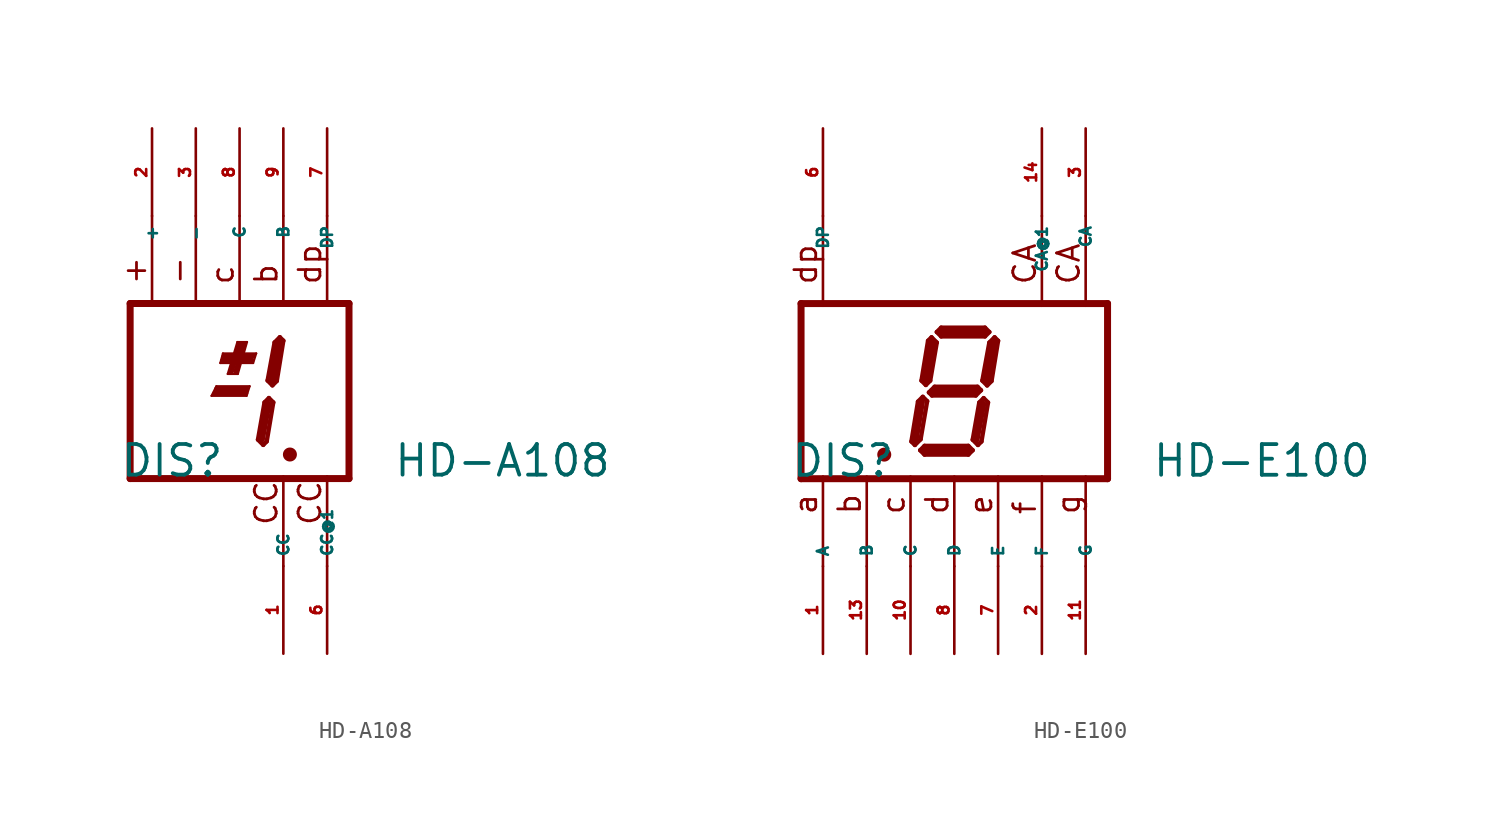
<source format=kicad_sym>
(kicad_symbol_lib
  (version 20220914)
  (generator Eagle2Kicad)
  (symbol "HD-A108"
    (property "Reference" "DIS"
      (at -6.985 -5.08 0)
      (effects (font (size 1.778 1.778) (thickness 0.22)) (justify left bottom)))
    (property "Value" "HD-A108"
      (at 8.89 -5.08 0)
      (effects (font (size 1.778 1.778) (thickness 0.22)) (justify left bottom)))
    (polyline
      (pts (xy 0.584 0.279) (xy 0.406 -0.279))
      (stroke (width 0.127) (type default))
      (fill (type none)))
    (polyline
      (pts (xy 0.584 0.279) (xy -1.346 0.279))
      (stroke (width 0.127) (type default))
      (fill (type none)))
    (polyline
      (pts (xy -1.346 0.279) (xy -1.626 -0.279))
      (stroke (width 0.127) (type default))
      (fill (type none)))
    (polyline
      (pts (xy -1.626 -0.279) (xy 0.406 -0.279))
      (stroke (width 0.127) (type default))
      (fill (type none)))
    (polyline
      (pts (xy 0.965 2.184) (xy 0.787 1.626))
      (stroke (width 0.127) (type default))
      (fill (type none)))
    (polyline
      (pts (xy 0.965 2.184) (xy -0.965 2.184))
      (stroke (width 0.127) (type default))
      (fill (type none)))
    (polyline
      (pts (xy -0.965 2.184) (xy -1.118 1.626))
      (stroke (width 0.127) (type default))
      (fill (type none)))
    (polyline
      (pts (xy -1.118 1.626) (xy 0.787 1.626))
      (stroke (width 0.127) (type default))
      (fill (type none)))
    (polyline
      (pts (xy -0.102 0.991) (xy -0.686 0.991))
      (stroke (width 0.127) (type default))
      (fill (type none)))
    (polyline
      (pts (xy -0.102 0.991) (xy 0.432 2.845))
      (stroke (width 0.127) (type default))
      (fill (type none)))
    (polyline
      (pts (xy 0.432 2.845) (xy -0.127 2.845))
      (stroke (width 0.127) (type default))
      (fill (type none)))
    (polyline
      (pts (xy -0.127 2.845) (xy -0.686 0.991))
      (stroke (width 0.127) (type default))
      (fill (type none)))
    (polyline
      (pts (xy -1.321 0.127) (xy 0.406 0.127))
      (stroke (width 0.305) (type default))
      (fill (type none)))
    (polyline
      (pts (xy -0.889 2.032) (xy 0.787 2.032))
      (stroke (width 0.305) (type default))
      (fill (type none)))
    (polyline
      (pts (xy -0.203 1.143) (xy 0.254 2.718))
      (stroke (width 0.305) (type default))
      (fill (type none)))
    (polyline
      (pts (xy 2.794 -3.683) (xy 3.048 -3.683))
      (stroke (width 0.305) (type default))
      (fill (type none)))
    (polyline
      (pts (xy 2.337 3.124) (xy 2.032 2.819))
      (stroke (width 0.254) (type default))
      (fill (type none)))
    (polyline
      (pts (xy 2.032 2.819) (xy 1.626 0.61))
      (stroke (width 0.254) (type default))
      (fill (type none)))
    (polyline
      (pts (xy 1.626 0.61) (xy 1.905 0.33))
      (stroke (width 0.254) (type default))
      (fill (type none)))
    (polyline
      (pts (xy 1.905 0.33) (xy 2.159 0.584))
      (stroke (width 0.254) (type default))
      (fill (type none)))
    (polyline
      (pts (xy 2.159 0.584) (xy 2.54 2.921))
      (stroke (width 0.254) (type default))
      (fill (type none)))
    (polyline
      (pts (xy 2.54 2.921) (xy 2.337 3.124))
      (stroke (width 0.254) (type default))
      (fill (type none)))
    (polyline
      (pts (xy 1.702 -0.406) (xy 1.448 -0.66))
      (stroke (width 0.254) (type default))
      (fill (type none)))
    (polyline
      (pts (xy 1.448 -0.66) (xy 1.067 -2.819))
      (stroke (width 0.254) (type default))
      (fill (type none)))
    (polyline
      (pts (xy 1.067 -2.819) (xy 1.372 -3.124))
      (stroke (width 0.254) (type default))
      (fill (type none)))
    (polyline
      (pts (xy 1.372 -3.124) (xy 1.575 -2.921))
      (stroke (width 0.254) (type default))
      (fill (type none)))
    (polyline
      (pts (xy 1.575 -2.921) (xy 1.956 -0.66))
      (stroke (width 0.254) (type default))
      (fill (type none)))
    (polyline
      (pts (xy 1.956 -0.66) (xy 1.702 -0.406))
      (stroke (width 0.254) (type default))
      (fill (type none)))
    (polyline
      (pts (xy 2.286 2.794) (xy 1.905 0.635))
      (stroke (width 0.406) (type default))
      (fill (type none)))
    (polyline
      (pts (xy 1.651 -0.762) (xy 1.27 -2.794))
      (stroke (width 0.406) (type default))
      (fill (type none)))
    (polyline
      (pts (xy -6.35 5.08) (xy 6.35 5.08))
      (stroke (width 0.406) (type default))
      (fill (type none)))
    (polyline
      (pts (xy 6.35 -5.08) (xy 6.35 5.08))
      (stroke (width 0.406) (type default))
      (fill (type none)))
    (polyline
      (pts (xy 6.35 -5.08) (xy -6.35 -5.08))
      (stroke (width 0.406) (type default))
      (fill (type none)))
    (polyline
      (pts (xy -6.35 5.08) (xy -6.35 -5.08))
      (stroke (width 0.406) (type default))
      (fill (type none)))
    (polyline
      (pts (xy 5.08 -4.953) (xy 5.08 -10.16))
      (stroke (width 0.152) (type default))
      (fill (type none)))
    (polyline
      (pts (xy 2.54 -4.953) (xy 2.54 -10.16))
      (stroke (width 0.152) (type default))
      (fill (type none)))
    (polyline
      (pts (xy -2.54 10.16) (xy -2.54 4.953))
      (stroke (width 0.152) (type default))
      (fill (type none)))
    (polyline
      (pts (xy -5.08 10.16) (xy -5.08 4.953))
      (stroke (width 0.152) (type default))
      (fill (type none)))
    (polyline
      (pts (xy -0.965 1.778) (xy 0.711 1.778))
      (stroke (width 0.305) (type default))
      (fill (type none)))
    (polyline
      (pts (xy -0.483 1.118) (xy 0 2.718))
      (stroke (width 0.305) (type default))
      (fill (type none)))
    (polyline
      (pts (xy -1.422 -0.127) (xy 0.356 -0.127))
      (stroke (width 0.305) (type default))
      (fill (type none)))
    (polyline
      (pts (xy 0 10.16) (xy 0 4.953))
      (stroke (width 0.152) (type default))
      (fill (type none)))
    (polyline
      (pts (xy 2.54 10.16) (xy 2.54 4.953))
      (stroke (width 0.152) (type default))
      (fill (type none)))
    (polyline
      (pts (xy 5.08 10.16) (xy 5.08 4.953))
      (stroke (width 0.152) (type default))
      (fill (type none)))
    (text "+"
      (at -5.334 6.096 900)
      (effects (font (size 1.27 1.27) (thickness 0.16)) (justify left bottom)))
    (text "-"
      (at -2.794 6.096 900)
      (effects (font (size 1.27 1.27) (thickness 0.16)) (justify left bottom)))
    (text "CC"
      (at 2.286 -7.874 900)
      (effects (font (size 1.27 1.27) (thickness 0.16)) (justify left bottom)))
    (text "CC"
      (at 4.826 -7.874 900)
      (effects (font (size 1.27 1.27) (thickness 0.16)) (justify left bottom)))
    (text "c"
      (at -0.254 6.096 900)
      (effects (font (size 1.27 1.27) (thickness 0.16)) (justify left bottom)))
    (text "b"
      (at 2.286 6.096 900)
      (effects (font (size 1.27 1.27) (thickness 0.16)) (justify left bottom)))
    (text "dp"
      (at 4.826 6.096 900)
      (effects (font (size 1.27 1.27) (thickness 0.16)) (justify left bottom)))
    (circle
      (center 2.921 -3.683)
      (radius 0.254)
      (stroke (width 0.305) (type default))
      (fill (type none)))
    (pin passive line
      (at 2.54 -15.24 90)
      (length 5.08)
      (name "CC" (effects (font (size 0.635 0.635) (thickness 0.08)) (justify left bottom)))
      (number "1" (effects (font (size 0.635 0.635) (thickness 0.08)) (justify left bottom))))
    (pin passive line
      (at -2.54 15.24 270)
      (length 5.08)
      (name "-" (effects (font (size 0.635 0.635) (thickness 0.08)) (justify left bottom)))
      (number "3" (effects (font (size 0.635 0.635) (thickness 0.08)) (justify left bottom))))
    (pin passive line
      (at 5.08 -15.24 90)
      (length 5.08)
      (name "CC@1" (effects (font (size 0.635 0.635) (thickness 0.08)) (justify left bottom)))
      (number "6" (effects (font (size 0.635 0.635) (thickness 0.08)) (justify left bottom))))
    (pin passive line
      (at -5.08 15.24 270)
      (length 5.08)
      (name "+" (effects (font (size 0.635 0.635) (thickness 0.08)) (justify left bottom)))
      (number "2" (effects (font (size 0.635 0.635) (thickness 0.08)) (justify left bottom))))
    (pin passive line
      (at 0 15.24 270)
      (length 5.08)
      (name "C" (effects (font (size 0.635 0.635) (thickness 0.08)) (justify left bottom)))
      (number "8" (effects (font (size 0.635 0.635) (thickness 0.08)) (justify left bottom))))
    (pin passive line
      (at 2.54 15.24 270)
      (length 5.08)
      (name "B" (effects (font (size 0.635 0.635) (thickness 0.08)) (justify left bottom)))
      (number "9" (effects (font (size 0.635 0.635) (thickness 0.08)) (justify left bottom))))
    (pin passive line
      (at 5.08 15.24 270)
      (length 5.08)
      (name "DP" (effects (font (size 0.635 0.635) (thickness 0.08)) (justify left bottom)))
      (number "7" (effects (font (size 0.635 0.635) (thickness 0.08)) (justify left bottom)))))
  (symbol "HD-E100"
    (property "Reference" "DIS"
      (at -9.525 -5.08 0)
      (effects (font (size 1.778 1.778) (thickness 0.22)) (justify left bottom)))
    (property "Value" "HD-E100"
      (at 11.43 -5.08 0)
      (effects (font (size 1.778 1.778) (thickness 0.22)) (justify left bottom)))
    (polyline
      (pts (xy 2.337 3.124) (xy 2.032 2.819))
      (stroke (width 0.254) (type default))
      (fill (type none)))
    (polyline
      (pts (xy 2.032 2.819) (xy 1.626 0.61))
      (stroke (width 0.254) (type default))
      (fill (type none)))
    (polyline
      (pts (xy 1.626 0.61) (xy 1.905 0.33))
      (stroke (width 0.254) (type default))
      (fill (type none)))
    (polyline
      (pts (xy 1.905 0.33) (xy 2.159 0.584))
      (stroke (width 0.254) (type default))
      (fill (type none)))
    (polyline
      (pts (xy 2.159 0.584) (xy 2.54 2.921))
      (stroke (width 0.254) (type default))
      (fill (type none)))
    (polyline
      (pts (xy 2.54 2.921) (xy 2.337 3.124))
      (stroke (width 0.254) (type default))
      (fill (type none)))
    (polyline
      (pts (xy 2.032 3.429) (xy 1.778 3.175))
      (stroke (width 0.254) (type default))
      (fill (type none)))
    (polyline
      (pts (xy 1.778 3.175) (xy -0.762 3.175))
      (stroke (width 0.254) (type default))
      (fill (type none)))
    (polyline
      (pts (xy -0.762 3.175) (xy -1.016 3.429))
      (stroke (width 0.254) (type default))
      (fill (type none)))
    (polyline
      (pts (xy -1.016 3.429) (xy -0.762 3.683))
      (stroke (width 0.254) (type default))
      (fill (type none)))
    (polyline
      (pts (xy -0.762 3.683) (xy 1.778 3.683))
      (stroke (width 0.254) (type default))
      (fill (type none)))
    (polyline
      (pts (xy 1.778 3.683) (xy 2.032 3.429))
      (stroke (width 0.254) (type default))
      (fill (type none)))
    (polyline
      (pts (xy -1.321 3.124) (xy -1.016 2.819))
      (stroke (width 0.254) (type default))
      (fill (type none)))
    (polyline
      (pts (xy -1.016 2.819) (xy -1.397 0.61))
      (stroke (width 0.254) (type default))
      (fill (type none)))
    (polyline
      (pts (xy -1.397 0.61) (xy -1.651 0.356))
      (stroke (width 0.254) (type default))
      (fill (type none)))
    (polyline
      (pts (xy -1.651 0.356) (xy -1.905 0.61))
      (stroke (width 0.254) (type default))
      (fill (type none)))
    (polyline
      (pts (xy -1.905 0.61) (xy -1.524 2.921))
      (stroke (width 0.254) (type default))
      (fill (type none)))
    (polyline
      (pts (xy -1.524 2.921) (xy -1.321 3.124))
      (stroke (width 0.254) (type default))
      (fill (type none)))
    (polyline
      (pts (xy -1.473 -0.076) (xy -1.143 0.254))
      (stroke (width 0.254) (type default))
      (fill (type none)))
    (polyline
      (pts (xy -1.143 0.254) (xy 1.346 0.254))
      (stroke (width 0.254) (type default))
      (fill (type none)))
    (polyline
      (pts (xy 1.346 0.254) (xy 1.549 0.051))
      (stroke (width 0.254) (type default))
      (fill (type none)))
    (polyline
      (pts (xy 1.549 0.051) (xy 1.245 -0.254))
      (stroke (width 0.254) (type default))
      (fill (type none)))
    (polyline
      (pts (xy 1.245 -0.254) (xy -1.295 -0.254))
      (stroke (width 0.254) (type default))
      (fill (type none)))
    (polyline
      (pts (xy -1.295 -0.254) (xy -1.473 -0.076))
      (stroke (width 0.254) (type default))
      (fill (type none)))
    (polyline
      (pts (xy -1.829 -0.33) (xy -1.575 -0.584))
      (stroke (width 0.254) (type default))
      (fill (type none)))
    (polyline
      (pts (xy -2.286 -3.124) (xy -1.956 -2.794))
      (stroke (width 0.254) (type default))
      (fill (type none)))
    (polyline
      (pts (xy -1.956 -2.794) (xy -1.575 -0.584))
      (stroke (width 0.254) (type default))
      (fill (type none)))
    (polyline
      (pts (xy -1.829 -0.33) (xy -2.108 -0.61))
      (stroke (width 0.254) (type default))
      (fill (type none)))
    (polyline
      (pts (xy -2.108 -0.61) (xy -2.489 -2.921))
      (stroke (width 0.254) (type default))
      (fill (type none)))
    (polyline
      (pts (xy -2.489 -2.921) (xy -2.286 -3.124))
      (stroke (width 0.254) (type default))
      (fill (type none)))
    (polyline
      (pts (xy -1.981 -3.429) (xy -1.727 -3.175))
      (stroke (width 0.254) (type default))
      (fill (type none)))
    (polyline
      (pts (xy -1.727 -3.175) (xy 0.813 -3.175))
      (stroke (width 0.254) (type default))
      (fill (type none)))
    (polyline
      (pts (xy 0.813 -3.175) (xy 1.067 -3.429))
      (stroke (width 0.254) (type default))
      (fill (type none)))
    (polyline
      (pts (xy 1.067 -3.429) (xy 0.813 -3.683))
      (stroke (width 0.254) (type default))
      (fill (type none)))
    (polyline
      (pts (xy 0.813 -3.683) (xy -1.727 -3.683))
      (stroke (width 0.254) (type default))
      (fill (type none)))
    (polyline
      (pts (xy -1.727 -3.683) (xy -1.981 -3.429))
      (stroke (width 0.254) (type default))
      (fill (type none)))
    (polyline
      (pts (xy 1.702 -0.406) (xy 1.448 -0.66))
      (stroke (width 0.254) (type default))
      (fill (type none)))
    (polyline
      (pts (xy 1.448 -0.66) (xy 1.067 -2.819))
      (stroke (width 0.254) (type default))
      (fill (type none)))
    (polyline
      (pts (xy 1.067 -2.819) (xy 1.372 -3.124))
      (stroke (width 0.254) (type default))
      (fill (type none)))
    (polyline
      (pts (xy 1.372 -3.124) (xy 1.575 -2.921))
      (stroke (width 0.254) (type default))
      (fill (type none)))
    (polyline
      (pts (xy 1.575 -2.921) (xy 1.956 -0.66))
      (stroke (width 0.254) (type default))
      (fill (type none)))
    (polyline
      (pts (xy 1.956 -0.66) (xy 1.702 -0.406))
      (stroke (width 0.254) (type default))
      (fill (type none)))
    (polyline
      (pts (xy 2.286 2.794) (xy 1.905 0.635))
      (stroke (width 0.406) (type default))
      (fill (type none)))
    (polyline
      (pts (xy 1.778 3.429) (xy -0.762 3.429))
      (stroke (width 0.406) (type default))
      (fill (type none)))
    (polyline
      (pts (xy -1.27 2.794) (xy -1.651 0.635))
      (stroke (width 0.406) (type default))
      (fill (type none)))
    (polyline
      (pts (xy -1.27 0) (xy 1.27 0))
      (stroke (width 0.406) (type default))
      (fill (type none)))
    (polyline
      (pts (xy 1.651 -0.762) (xy 1.27 -2.794))
      (stroke (width 0.406) (type default))
      (fill (type none)))
    (polyline
      (pts (xy 0.762 -3.429) (xy -1.651 -3.429))
      (stroke (width 0.406) (type default))
      (fill (type none)))
    (polyline
      (pts (xy -2.286 -2.921) (xy -1.905 -0.635))
      (stroke (width 0.406) (type default))
      (fill (type none)))
    (polyline
      (pts (xy -8.89 5.08) (xy 8.89 5.08))
      (stroke (width 0.406) (type default))
      (fill (type none)))
    (polyline
      (pts (xy 8.89 -5.08) (xy 8.89 5.08))
      (stroke (width 0.406) (type default))
      (fill (type none)))
    (polyline
      (pts (xy 8.89 -5.08) (xy -8.89 -5.08))
      (stroke (width 0.406) (type default))
      (fill (type none)))
    (polyline
      (pts (xy -8.89 5.08) (xy -8.89 -5.08))
      (stroke (width 0.406) (type default))
      (fill (type none)))
    (polyline
      (pts (xy 7.62 -4.953) (xy 7.62 -10.16))
      (stroke (width 0.152) (type default))
      (fill (type none)))
    (polyline
      (pts (xy 5.08 -4.953) (xy 5.08 -10.16))
      (stroke (width 0.152) (type default))
      (fill (type none)))
    (polyline
      (pts (xy 0 -4.953) (xy 0 -10.16))
      (stroke (width 0.152) (type default))
      (fill (type none)))
    (polyline
      (pts (xy -5.08 -4.953) (xy -5.08 -10.16))
      (stroke (width 0.152) (type default))
      (fill (type none)))
    (polyline
      (pts (xy -7.62 -4.953) (xy -7.62 -10.16))
      (stroke (width 0.152) (type default))
      (fill (type none)))
    (polyline
      (pts (xy 7.62 10.16) (xy 7.62 4.953))
      (stroke (width 0.152) (type default))
      (fill (type none)))
    (polyline
      (pts (xy -2.54 -4.953) (xy -2.54 -10.16))
      (stroke (width 0.152) (type default))
      (fill (type none)))
    (polyline
      (pts (xy 2.54 -4.953) (xy 2.54 -10.16))
      (stroke (width 0.152) (type default))
      (fill (type none)))
    (polyline
      (pts (xy -7.62 10.16) (xy -7.62 4.953))
      (stroke (width 0.152) (type default))
      (fill (type none)))
    (polyline
      (pts (xy 5.08 10.16) (xy 5.08 4.953))
      (stroke (width 0.152) (type default))
      (fill (type none)))
    (polyline
      (pts (xy -4.191 -3.683) (xy -3.937 -3.683))
      (stroke (width 0.305) (type default))
      (fill (type none)))
    (text "CA"
      (at 7.366 6.096 900)
      (effects (font (size 1.27 1.27) (thickness 0.16)) (justify left bottom)))
    (text "CA"
      (at 4.826 6.096 900)
      (effects (font (size 1.27 1.27) (thickness 0.16)) (justify left bottom)))
    (text "a"
      (at -7.874 -7.239 900)
      (effects (font (size 1.27 1.27) (thickness 0.16)) (justify left bottom)))
    (text "b"
      (at -5.334 -7.239 900)
      (effects (font (size 1.27 1.27) (thickness 0.16)) (justify left bottom)))
    (text "c"
      (at -2.794 -7.239 900)
      (effects (font (size 1.27 1.27) (thickness 0.16)) (justify left bottom)))
    (text "d"
      (at -0.254 -7.239 900)
      (effects (font (size 1.27 1.27) (thickness 0.16)) (justify left bottom)))
    (text "e"
      (at 2.286 -7.239 900)
      (effects (font (size 1.27 1.27) (thickness 0.16)) (justify left bottom)))
    (text "f"
      (at 4.826 -7.239 900)
      (effects (font (size 1.27 1.27) (thickness 0.16)) (justify left bottom)))
    (text "g"
      (at 7.366 -7.239 900)
      (effects (font (size 1.27 1.27) (thickness 0.16)) (justify left bottom)))
    (text "dp"
      (at -7.874 6.096 900)
      (effects (font (size 1.27 1.27) (thickness 0.16)) (justify left bottom)))
    (circle
      (center -4.064 -3.683)
      (radius 0.254)
      (stroke (width 0.305) (type default))
      (fill (type none)))
    (pin passive line
      (at -7.62 15.24 270)
      (length 5.08)
      (name "DP" (effects (font (size 0.635 0.635) (thickness 0.08)) (justify left bottom)))
      (number "6" (effects (font (size 0.635 0.635) (thickness 0.08)) (justify left bottom))))
    (pin passive line
      (at 5.08 -15.24 90)
      (length 5.08)
      (name "F" (effects (font (size 0.635 0.635) (thickness 0.08)) (justify left bottom)))
      (number "2" (effects (font (size 0.635 0.635) (thickness 0.08)) (justify left bottom))))
    (pin passive line
      (at 0 -15.24 90)
      (length 5.08)
      (name "D" (effects (font (size 0.635 0.635) (thickness 0.08)) (justify left bottom)))
      (number "8" (effects (font (size 0.635 0.635) (thickness 0.08)) (justify left bottom))))
    (pin passive line
      (at -5.08 -15.24 90)
      (length 5.08)
      (name "B" (effects (font (size 0.635 0.635) (thickness 0.08)) (justify left bottom)))
      (number "13" (effects (font (size 0.635 0.635) (thickness 0.08)) (justify left bottom))))
    (pin passive line
      (at -7.62 -15.24 90)
      (length 5.08)
      (name "A" (effects (font (size 0.635 0.635) (thickness 0.08)) (justify left bottom)))
      (number "1" (effects (font (size 0.635 0.635) (thickness 0.08)) (justify left bottom))))
    (pin passive line
      (at 7.62 15.24 270)
      (length 5.08)
      (name "CA" (effects (font (size 0.635 0.635) (thickness 0.08)) (justify left bottom)))
      (number "3" (effects (font (size 0.635 0.635) (thickness 0.08)) (justify left bottom))))
    (pin passive line
      (at -2.54 -15.24 90)
      (length 5.08)
      (name "C" (effects (font (size 0.635 0.635) (thickness 0.08)) (justify left bottom)))
      (number "10" (effects (font (size 0.635 0.635) (thickness 0.08)) (justify left bottom))))
    (pin passive line
      (at 2.54 -15.24 90)
      (length 5.08)
      (name "E" (effects (font (size 0.635 0.635) (thickness 0.08)) (justify left bottom)))
      (number "7" (effects (font (size 0.635 0.635) (thickness 0.08)) (justify left bottom))))
    (pin passive line
      (at 7.62 -15.24 90)
      (length 5.08)
      (name "G" (effects (font (size 0.635 0.635) (thickness 0.08)) (justify left bottom)))
      (number "11" (effects (font (size 0.635 0.635) (thickness 0.08)) (justify left bottom))))
    (pin passive line
      (at 5.08 15.24 270)
      (length 5.08)
      (name "CA@1" (effects (font (size 0.635 0.635) (thickness 0.08)) (justify left bottom)))
      (number "14" (effects (font (size 0.635 0.635) (thickness 0.08)) (justify left bottom))))))
</source>
